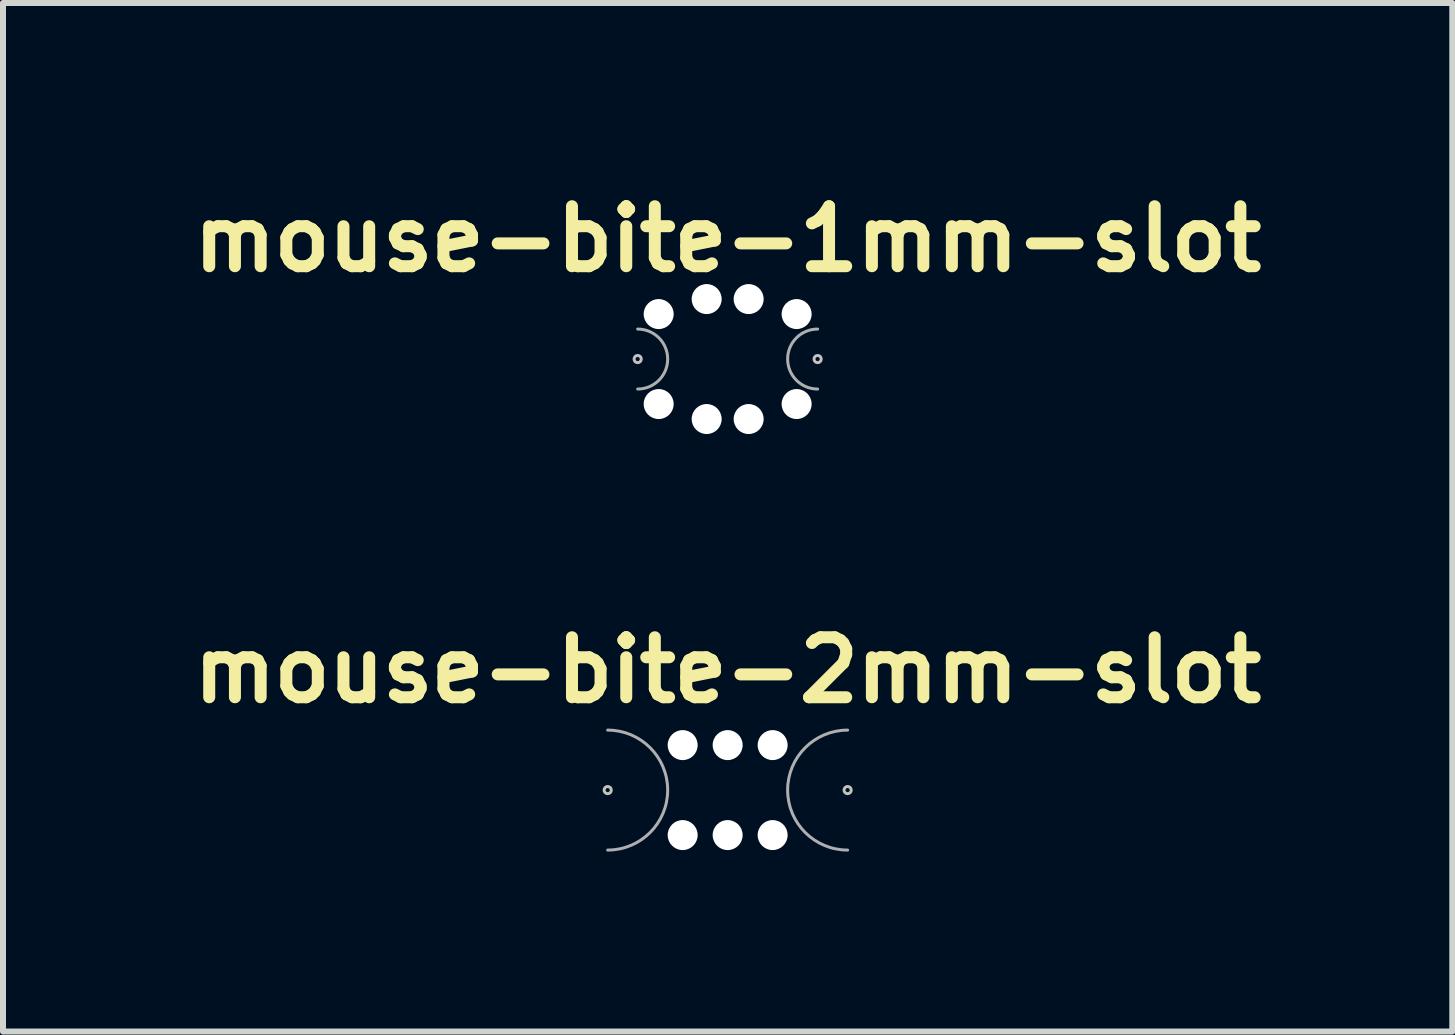
<source format=kicad_pcb>
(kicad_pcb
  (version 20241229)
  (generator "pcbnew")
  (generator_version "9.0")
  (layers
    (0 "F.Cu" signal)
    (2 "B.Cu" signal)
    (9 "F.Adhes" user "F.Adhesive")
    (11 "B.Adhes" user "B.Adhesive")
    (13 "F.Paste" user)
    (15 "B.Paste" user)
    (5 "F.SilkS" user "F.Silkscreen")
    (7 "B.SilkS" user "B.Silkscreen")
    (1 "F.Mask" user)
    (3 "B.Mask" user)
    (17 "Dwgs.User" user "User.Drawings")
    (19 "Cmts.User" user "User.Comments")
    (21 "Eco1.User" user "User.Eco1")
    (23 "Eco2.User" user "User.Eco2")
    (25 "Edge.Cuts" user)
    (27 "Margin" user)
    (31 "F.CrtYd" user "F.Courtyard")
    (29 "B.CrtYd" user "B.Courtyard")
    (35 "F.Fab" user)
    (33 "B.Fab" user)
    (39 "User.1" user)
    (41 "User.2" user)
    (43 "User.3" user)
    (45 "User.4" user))
  (footprint "mouse-bite-1mm-slot"
    (layer "F.Cu")
    (at 9.081 2.936)
    (property "Reference" "mouse-bite-1mm-slot" (at 0 -2 0) (layer "F.SilkS") (effects (font (size 1 1) (thickness 0.2))))
    (attr through_hole)
    (fp_circle (center -1.5 0) (end -1.44 0) (stroke (width 0.05) (type solid)) (fill no) (layer "Dwgs.User"))
    (fp_circle (center 1.5 0) (end 1.56 0) (stroke (width 0.05) (type solid)) (fill no) (layer "Dwgs.User"))
    (fp_line (start -1.5 0) (end -1.5 0) (stroke (width 1) (type solid)) (layer "Eco1.User"))
    (fp_line (start 1.5 0) (end 1.5 0) (stroke (width 1) (type solid)) (layer "Eco1.User"))
    (fp_arc (start -1.5 -0.5) (mid -1 0) (end -1.5 0.5) (stroke (width 0.05) (type solid)) (layer "F.Fab"))
    (fp_arc (start 1.5 0.5) (mid 1 0) (end 1.5 -0.5) (stroke (width 0.05) (type solid)) (layer "F.Fab"))
    (pad "" np_thru_hole circle (at -1.15 -0.75) (size 0.5 0.5) (drill 0.5) (layers "*.Cu" "*.Mask"))
    (pad "" np_thru_hole circle (at -1.15 0.75) (size 0.5 0.5) (drill 0.5) (layers "*.Cu" "*.Mask"))
    (pad "" np_thru_hole circle (at -0.35 -1) (size 0.5 0.5) (drill 0.5) (layers "*.Cu" "*.Mask"))
    (pad "" np_thru_hole circle (at -0.35 1) (size 0.5 0.5) (drill 0.5) (layers "*.Cu" "*.Mask"))
    (pad "" np_thru_hole circle (at 0.35 -1) (size 0.5 0.5) (drill 0.5) (layers "*.Cu" "*.Mask"))
    (pad "" np_thru_hole circle (at 0.35 1) (size 0.5 0.5) (drill 0.5) (layers "*.Cu" "*.Mask"))
    (pad "" np_thru_hole circle (at 1.15 -0.75) (size 0.5 0.5) (drill 0.5) (layers "*.Cu" "*.Mask"))
    (pad "" np_thru_hole circle (at 1.15 0.75) (size 0.5 0.5) (drill 0.5) (layers "*.Cu" "*.Mask")))
  (footprint "mouse-bite-2mm-slot"
    (layer "F.Cu")
    (at 9.081 10.122)
    (property "Reference" "mouse-bite-2mm-slot" (at 0 -2 0) (layer "F.SilkS") (effects (font (size 1 1) (thickness 0.2))))
    (attr through_hole)
    (fp_circle (center -2 0) (end -2 -0.06) (stroke (width 0.05) (type solid)) (fill no) (layer "Dwgs.User"))
    (fp_circle (center 2 0) (end 2.06 0) (stroke (width 0.05) (type solid)) (fill no) (layer "Dwgs.User"))
    (fp_line (start -2 0) (end -2 0) (stroke (width 2) (type solid)) (layer "Eco1.User"))
    (fp_line (start 2 0) (end 2 0) (stroke (width 2) (type solid)) (layer "Eco1.User"))
    (fp_arc (start -2 -1) (mid -1 0) (end -2 1) (stroke (width 0.05) (type solid)) (layer "F.Fab"))
    (fp_arc (start 2 1) (mid 1 0) (end 2 -1) (stroke (width 0.05) (type solid)) (layer "F.Fab"))
    (pad "" np_thru_hole circle (at -0.75 -0.75) (size 0.5 0.5) (drill 0.5) (layers "*.Cu" "*.Mask"))
    (pad "" np_thru_hole circle (at -0.75 0.75) (size 0.5 0.5) (drill 0.5) (layers "*.Cu" "*.Mask"))
    (pad "" np_thru_hole circle (at 0 -0.75) (size 0.5 0.5) (drill 0.5) (layers "*.Cu" "*.Mask"))
    (pad "" np_thru_hole circle (at 0 0.75) (size 0.5 0.5) (drill 0.5) (layers "*.Cu" "*.Mask"))
    (pad "" np_thru_hole circle (at 0.75 -0.75) (size 0.5 0.5) (drill 0.5) (layers "*.Cu" "*.Mask"))
    (pad "" np_thru_hole circle (at 0.75 0.75) (size 0.5 0.5) (drill 0.5) (layers "*.Cu" "*.Mask")))
  (gr_rect
    (start -3 -3)
    (end 21.162 14.147)
    (stroke (width 0.1) (type default))
    (fill no)
    (layer "Edge.Cuts")))
</source>
